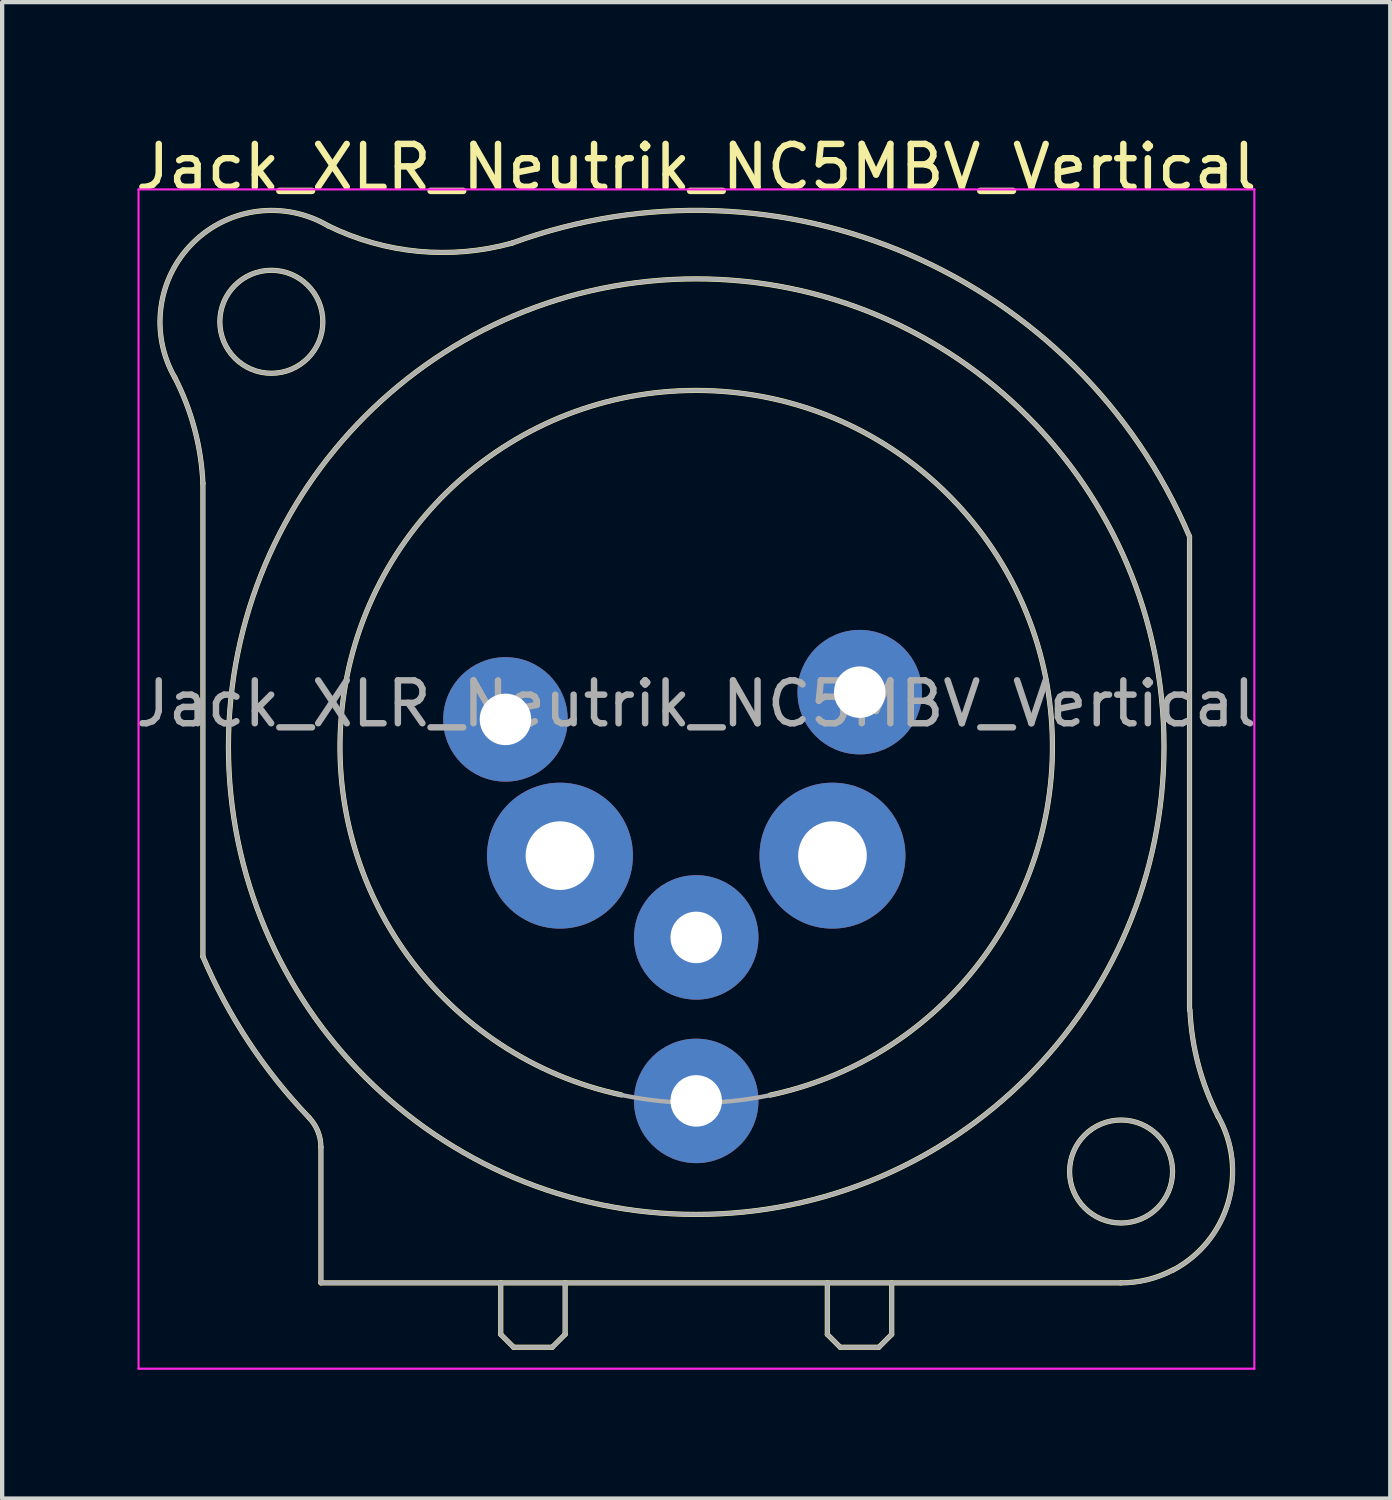
<source format=kicad_pcb>
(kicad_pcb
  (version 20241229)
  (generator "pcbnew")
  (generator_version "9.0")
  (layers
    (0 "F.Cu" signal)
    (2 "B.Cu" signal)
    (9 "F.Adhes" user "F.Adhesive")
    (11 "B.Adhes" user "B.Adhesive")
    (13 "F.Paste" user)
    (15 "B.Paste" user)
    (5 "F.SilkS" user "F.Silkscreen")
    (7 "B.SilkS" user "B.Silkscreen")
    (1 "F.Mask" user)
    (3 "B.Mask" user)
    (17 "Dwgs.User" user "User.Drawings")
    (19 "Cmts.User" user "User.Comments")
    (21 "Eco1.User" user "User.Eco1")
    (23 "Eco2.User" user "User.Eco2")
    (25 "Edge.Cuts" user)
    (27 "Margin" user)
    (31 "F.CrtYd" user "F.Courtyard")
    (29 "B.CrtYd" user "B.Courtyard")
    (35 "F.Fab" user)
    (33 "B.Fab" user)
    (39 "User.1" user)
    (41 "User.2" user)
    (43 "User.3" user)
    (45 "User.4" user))
  (footprint "Jack_XLR_Neutrik_NC5MBV_Vertical"
    (layer "F.Cu")
    (at 8.728 13.713)
    (property "Reference" "Jack_XLR_Neutrik_NC5MBV_Vertical" (at 4.445 -12.865 0) (layer "F.SilkS") (effects (font (size 1 1) (thickness 0.15))))
    (attr through_hole)
    (fp_line (start -7.05 -5.5) (end -7.05 5.53) (stroke (width 0.12) (type solid)) (layer "F.SilkS"))
    (fp_line (start -4.3 9.97) (end -4.3 13.13) (stroke (width 0.12) (type solid)) (layer "F.SilkS"))
    (fp_line (start -0.11 13.13) (end -0.11 14.33) (stroke (width 0.12) (type solid)) (layer "F.SilkS"))
    (fp_line (start -0.11 14.33) (end 0.19 14.63) (stroke (width 0.12) (type solid)) (layer "F.SilkS"))
    (fp_line (start 0.19 14.63) (end 1.09 14.63) (stroke (width 0.12) (type solid)) (layer "F.SilkS"))
    (fp_line (start 1.39 13.13) (end 1.39 14.33) (stroke (width 0.12) (type solid)) (layer "F.SilkS"))
    (fp_line (start 1.39 14.33) (end 1.09 14.63) (stroke (width 0.12) (type solid)) (layer "F.SilkS"))
    (fp_line (start 7.5 13.13) (end 7.5 14.33) (stroke (width 0.12) (type solid)) (layer "F.SilkS"))
    (fp_line (start 7.5 14.33) (end 7.8 14.63) (stroke (width 0.12) (type solid)) (layer "F.SilkS"))
    (fp_line (start 8.7 14.63) (end 7.8 14.63) (stroke (width 0.12) (type solid)) (layer "F.SilkS"))
    (fp_line (start 9 13.13) (end 9 14.33) (stroke (width 0.12) (type solid)) (layer "F.SilkS"))
    (fp_line (start 9 14.33) (end 8.7 14.63) (stroke (width 0.12) (type solid)) (layer "F.SilkS"))
    (fp_line (start 14.34 13.13) (end -4.3 13.13) (stroke (width 0.12) (type solid)) (layer "F.SilkS"))
    (fp_line (start 15.94 6.77) (end 15.94 -4.26) (stroke (width 0.12) (type solid)) (layer "F.SilkS"))
    (fp_arc (start -7.706072 -7.969016) (mid -7.245016 -6.769854) (end -7.05 -5.5) (stroke (width 0.12) (type solid)) (layer "F.SilkS"))
    (fp_arc (start -7.701898 -7.960402) (mid -7.280108 -11.106809) (end -4.13 -11.5) (stroke (width 0.12) (type solid)) (layer "F.SilkS"))
    (fp_arc (start -4.57767 9.277192) (mid -5.983521 7.515552) (end -7.05 5.53) (stroke (width 0.12) (type solid)) (layer "F.SilkS"))
    (fp_arc (start -4.577033 9.279118) (mid -4.371839 9.597822) (end -4.3 9.97) (stroke (width 0.12) (type solid)) (layer "F.SilkS"))
    (fp_arc (start 0.155138 -11.099295) (mid -2.024203 -10.906412) (end -4.13 -11.5) (stroke (width 0.12) (type solid)) (layer "F.SilkS"))
    (fp_arc (start 0.15831 -11.100431) (mid 9.413683 -10.828344) (end 15.94 -4.26) (stroke (width 0.12) (type solid)) (layer "F.SilkS"))
    (fp_arc (start 2.7 8.75) (mid 4.457421 -7.665488) (end 6.165706 8.755186) (stroke (width 0.12) (type solid)) (layer "F.SilkS"))
    (fp_arc (start 15.548589 12.832023) (mid 14.96239 13.054406) (end 14.34 13.13) (stroke (width 0.12) (type solid)) (layer "F.SilkS"))
    (fp_arc (start 16.602795 9.242305) (mid 16.840071 11.256668) (end 15.56 12.83) (stroke (width 0.12) (type solid)) (layer "F.SilkS"))
    (fp_arc (start 16.607596 9.253415) (mid 16.144453 8.047281) (end 15.95 6.77) (stroke (width 0.12) (type solid)) (layer "F.SilkS"))
    (fp_circle (center -5.455 -9.265) (end -4.255 -9.265) (stroke (width 0.12) (type solid)) (fill no) (layer "F.SilkS"))
    (fp_circle (center 4.445 0.635) (end 15.345 0.635) (stroke (width 0.12) (type solid)) (fill no) (layer "F.SilkS"))
    (fp_circle (center 14.345 10.535) (end 15.545 10.535) (stroke (width 0.12) (type solid)) (fill no) (layer "F.SilkS"))
    (fp_line (start -8.55 -12.35) (end 17.45 -12.35) (stroke (width 0.05) (type solid)) (layer "F.CrtYd"))
    (fp_line (start -8.55 15.13) (end -8.55 -12.35) (stroke (width 0.05) (type solid)) (layer "F.CrtYd"))
    (fp_line (start 17.45 -12.35) (end 17.45 15.13) (stroke (width 0.05) (type solid)) (layer "F.CrtYd"))
    (fp_line (start 17.45 15.13) (end -8.55 15.13) (stroke (width 0.05) (type solid)) (layer "F.CrtYd"))
    (fp_line (start -7.05 -5.5) (end -7.05 5.53) (stroke (width 0.1) (type solid)) (layer "F.Fab"))
    (fp_line (start -4.3 9.97) (end -4.3 13.13) (stroke (width 0.1) (type solid)) (layer "F.Fab"))
    (fp_line (start -0.11 13.13) (end -0.11 14.33) (stroke (width 0.1) (type solid)) (layer "F.Fab"))
    (fp_line (start -0.11 14.33) (end 0.19 14.63) (stroke (width 0.1) (type solid)) (layer "F.Fab"))
    (fp_line (start 0.19 14.63) (end 1.09 14.63) (stroke (width 0.1) (type solid)) (layer "F.Fab"))
    (fp_line (start 1.39 13.13) (end 1.39 14.33) (stroke (width 0.1) (type solid)) (layer "F.Fab"))
    (fp_line (start 1.39 14.33) (end 1.09 14.63) (stroke (width 0.1) (type solid)) (layer "F.Fab"))
    (fp_line (start 7.5 13.13) (end 7.5 14.33) (stroke (width 0.1) (type solid)) (layer "F.Fab"))
    (fp_line (start 7.5 14.33) (end 7.8 14.63) (stroke (width 0.1) (type solid)) (layer "F.Fab"))
    (fp_line (start 8.7 14.63) (end 7.8 14.63) (stroke (width 0.1) (type solid)) (layer "F.Fab"))
    (fp_line (start 9 13.13) (end 9 14.33) (stroke (width 0.1) (type solid)) (layer "F.Fab"))
    (fp_line (start 9 14.33) (end 8.7 14.63) (stroke (width 0.1) (type solid)) (layer "F.Fab"))
    (fp_line (start 14.34 13.13) (end -4.3 13.13) (stroke (width 0.1) (type solid)) (layer "F.Fab"))
    (fp_line (start 15.94 6.77) (end 15.94 -4.26) (stroke (width 0.1) (type solid)) (layer "F.Fab"))
    (fp_arc (start -7.706072 -7.969016) (mid -7.245016 -6.769854) (end -7.05 -5.5) (stroke (width 0.1) (type solid)) (layer "F.Fab"))
    (fp_arc (start -7.701898 -7.960402) (mid -7.280108 -11.106809) (end -4.13 -11.5) (stroke (width 0.1) (type solid)) (layer "F.Fab"))
    (fp_arc (start -4.57767 9.277192) (mid -5.983521 7.515552) (end -7.05 5.53) (stroke (width 0.1) (type solid)) (layer "F.Fab"))
    (fp_arc (start -4.577033 9.279118) (mid -4.371839 9.597822) (end -4.3 9.97) (stroke (width 0.1) (type solid)) (layer "F.Fab"))
    (fp_arc (start 0.155138 -11.099295) (mid -2.024203 -10.906412) (end -4.13 -11.5) (stroke (width 0.1) (type solid)) (layer "F.Fab"))
    (fp_arc (start 0.15831 -11.100431) (mid 9.413683 -10.828344) (end 15.94 -4.26) (stroke (width 0.1) (type solid)) (layer "F.Fab"))
    (fp_arc (start 16.564991 9.168414) (mid 16.616945 11.80321) (end 14.34 13.13) (stroke (width 0.1) (type solid)) (layer "F.Fab"))
    (fp_arc (start 16.574479 9.187942) (mid 16.135172 8.011789) (end 15.95 6.77) (stroke (width 0.1) (type solid)) (layer "F.Fab"))
    (fp_circle (center -5.455 -9.265) (end -4.255 -9.265) (stroke (width 0.1) (type solid)) (fill no) (layer "F.Fab"))
    (fp_circle (center 4.445 0.635) (end 12.745 0.635) (stroke (width 0.1) (type solid)) (fill no) (layer "F.Fab"))
    (fp_circle (center 4.445 0.635) (end 15.345 0.635) (stroke (width 0.1) (type solid)) (fill no) (layer "F.Fab"))
    (fp_circle (center 14.345 10.535) (end 15.545 10.535) (stroke (width 0.1) (type solid)) (fill no) (layer "F.Fab"))
    (fp_text user "${REFERENCE}" (at 4.445 -0.365 0) (layer "F.Fab") (effects (font (size 1 1) (thickness 0.15))))
    (pad "1" thru_hole circle (at 0 0) (size 2.9 2.9) (drill 1.2) (layers "*.Cu" "*.Mask"))
    (pad "2" thru_hole circle (at 1.27 3.175) (size 3.4 3.4) (drill 1.6) (layers "*.Cu" "*.Mask"))
    (pad "3" thru_hole circle (at 4.445 5.08) (size 2.9 2.9) (drill 1.2) (layers "*.Cu" "*.Mask"))
    (pad "4" thru_hole circle (at 7.62 3.175) (size 3.4 3.4) (drill 1.6) (layers "*.Cu" "*.Mask"))
    (pad "5" thru_hole circle (at 8.255 -0.635) (size 2.9 2.9) (drill 1.2) (layers "*.Cu" "*.Mask"))
    (pad "G" thru_hole circle (at 4.445 8.89) (size 2.9 2.9) (drill 1.2) (layers "*.Cu" "*.Mask")))
  (gr_rect
    (start -3 -3)
    (end 29.345 31.868)
    (stroke (width 0.1) (type default))
    (fill no)
    (layer "Edge.Cuts")))
</source>
